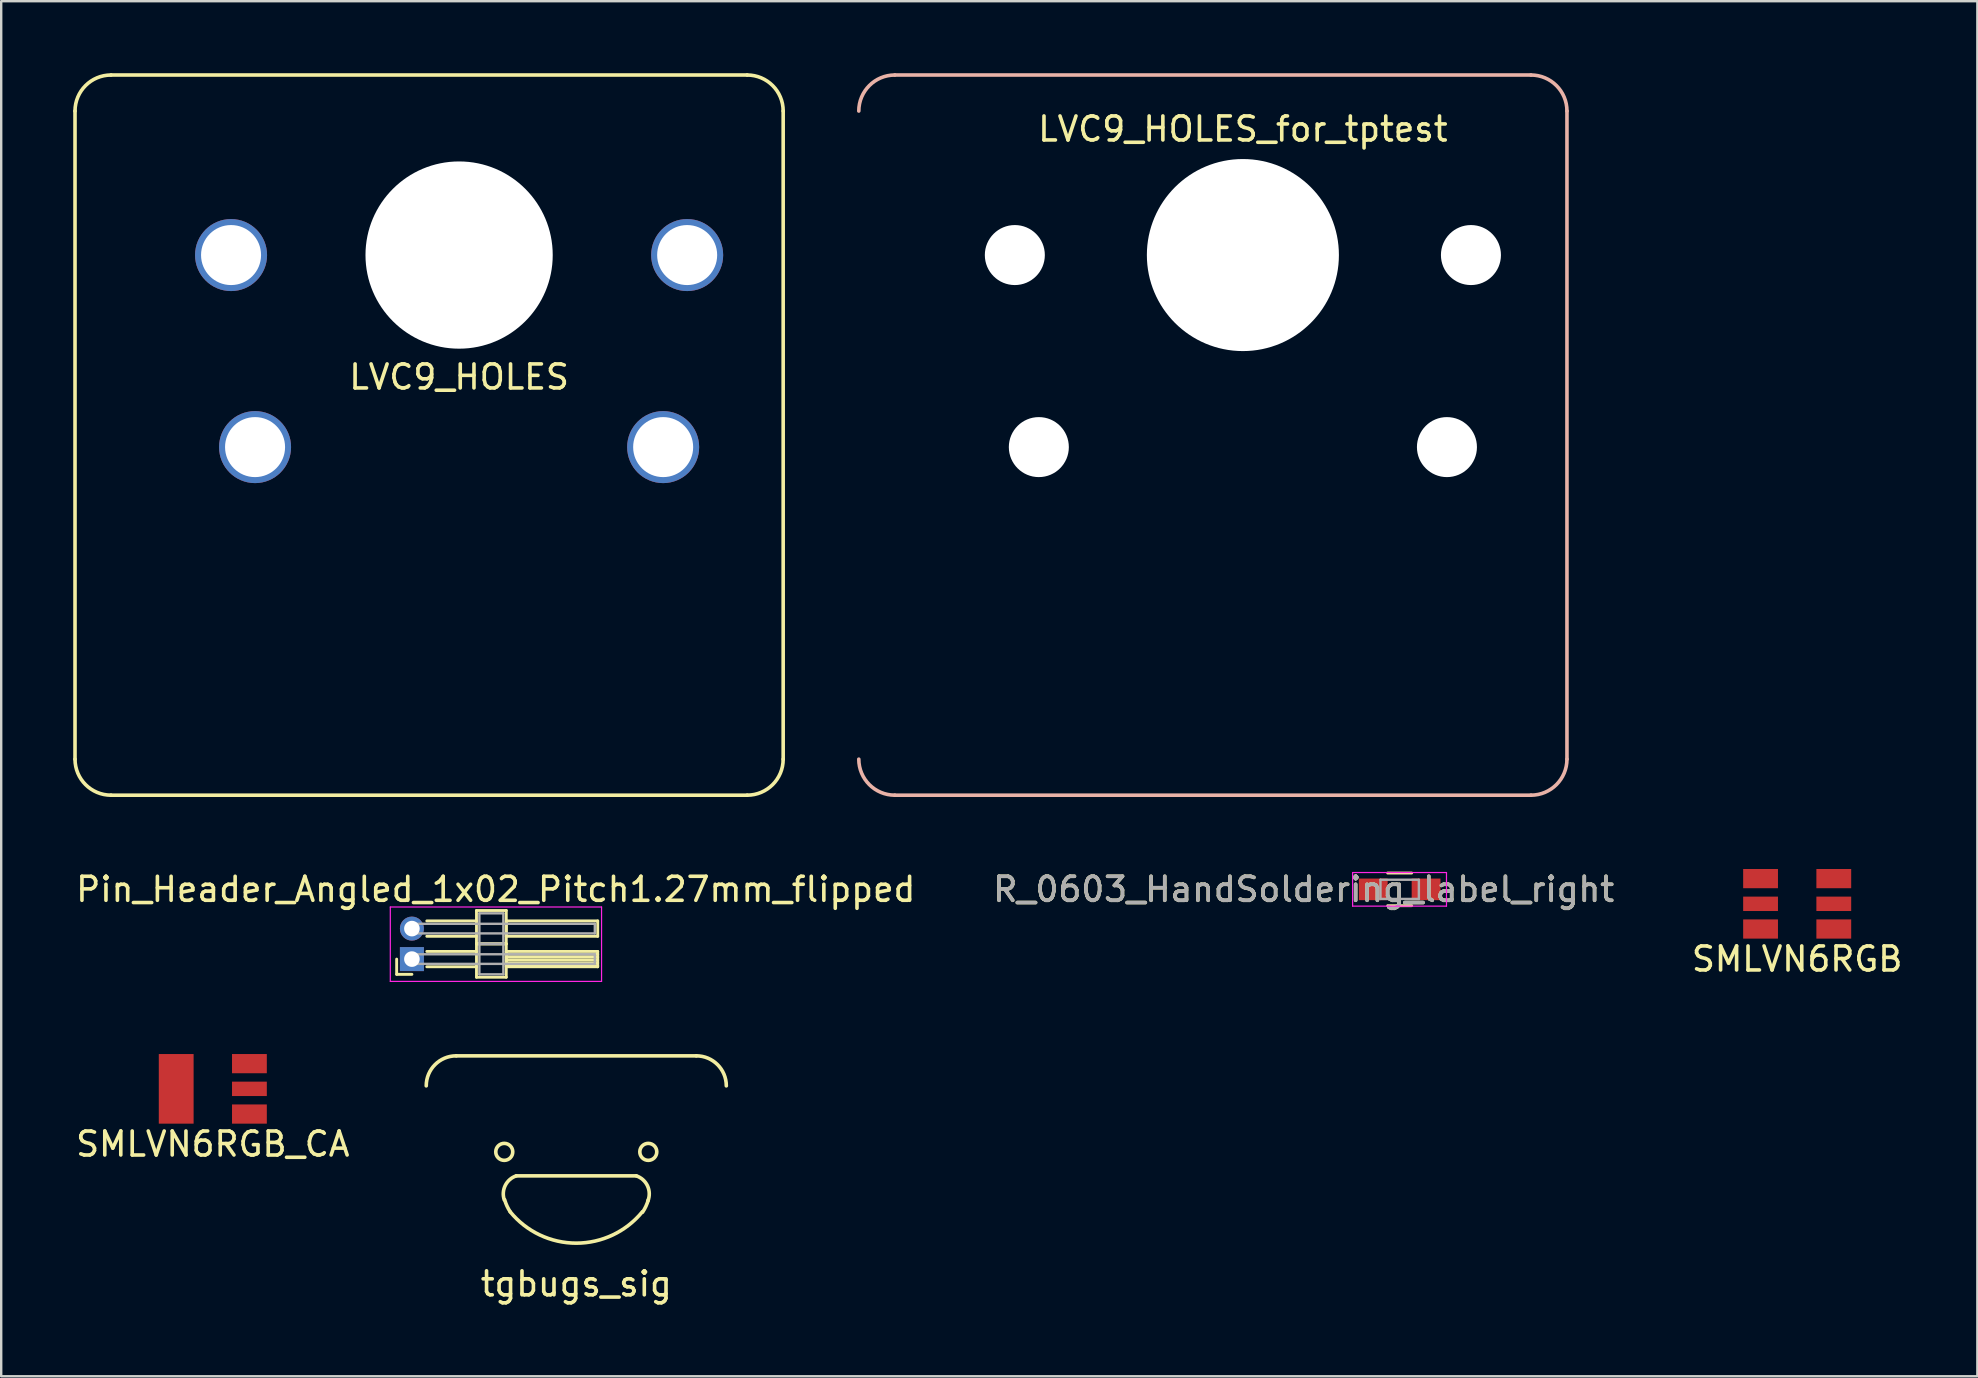
<source format=kicad_pcb>
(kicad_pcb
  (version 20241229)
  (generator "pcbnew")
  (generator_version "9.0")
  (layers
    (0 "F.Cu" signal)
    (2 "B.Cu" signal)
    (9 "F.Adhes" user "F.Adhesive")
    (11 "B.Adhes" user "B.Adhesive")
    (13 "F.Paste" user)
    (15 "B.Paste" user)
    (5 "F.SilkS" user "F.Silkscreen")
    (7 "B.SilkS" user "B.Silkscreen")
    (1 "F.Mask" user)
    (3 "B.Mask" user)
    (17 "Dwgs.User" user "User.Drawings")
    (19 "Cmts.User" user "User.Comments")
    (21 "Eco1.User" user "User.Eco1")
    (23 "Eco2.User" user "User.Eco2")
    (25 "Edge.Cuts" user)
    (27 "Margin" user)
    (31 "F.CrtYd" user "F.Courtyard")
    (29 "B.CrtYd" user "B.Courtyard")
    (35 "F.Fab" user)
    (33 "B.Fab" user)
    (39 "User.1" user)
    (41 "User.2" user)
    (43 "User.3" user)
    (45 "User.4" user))
  (footprint "LVC9_HOLES"
    (layer "F.Cu")
    (at 16.075 7.575)
    (property "Reference" "LVC9_HOLES" (at 0 5.08 0) (layer "F.SilkS") (effects (font (size 1 1) (thickness 0.15))))
    (attr through_hole)
    (fp_line (start -16 21) (end -16 -6) (stroke (width 0.15) (type solid)) (layer "F.SilkS"))
    (fp_line (start -14.5 -7.5) (end 12 -7.5) (stroke (width 0.15) (type solid)) (layer "F.SilkS"))
    (fp_line (start 12 22.5) (end -14.5 22.5) (stroke (width 0.15) (type solid)) (layer "F.SilkS"))
    (fp_line (start 13.5 -6) (end 13.5 21) (stroke (width 0.15) (type solid)) (layer "F.SilkS"))
    (fp_arc (start -16 -6) (mid -15.56066 -7.06066) (end -14.5 -7.5) (stroke (width 0.15) (type solid)) (layer "F.SilkS"))
    (fp_arc (start -14.5 22.5) (mid -15.56066 22.06066) (end -16 21) (stroke (width 0.15) (type solid)) (layer "F.SilkS"))
    (fp_arc (start 12 -7.5) (mid 13.06066 -7.06066) (end 13.5 -6) (stroke (width 0.15) (type solid)) (layer "F.SilkS"))
    (fp_arc (start 13.5 21) (mid 13.06066 22.06066) (end 12 22.5) (stroke (width 0.15) (type solid)) (layer "F.SilkS"))
    (pad "" np_thru_hole circle (at -9.5 0) (size 3 3) (drill 2.5) (layers "*.Cu" "*.Mask"))
    (pad "" np_thru_hole circle (at -8.5 8) (size 3 3) (drill 2.5) (layers "*.Cu" "*.Mask"))
    (pad "" np_thru_hole circle (at 0 0) (size 7.8 7.8) (drill 7.8) (layers "*.Cu" "*.Mask"))
    (pad "" np_thru_hole circle (at 8.5 8) (size 3 3) (drill 2.5) (layers "*.Cu" "*.Mask"))
    (pad "" np_thru_hole circle (at 9.5 0) (size 3 3) (drill 2.5) (layers "*.Cu" "*.Mask")))
  (footprint "SMLVN6RGB_CA"
    (layer "F.Cu")
    (at 5.815 42.308)
    (property "Reference" "SMLVN6RGB_CA" (at 0 2.3 0) (layer "F.SilkS") (effects (font (size 1 1) (thickness 0.15))))
    (attr through_hole)
    (pad "1" smd rect (at -1.525 0 270) (size 2.9 1.45) (layers "F.Cu" "F.Mask" "F.Paste"))
    (pad "4" smd rect (at 1.525 1.05 270) (size 0.8 1.45) (layers "F.Cu" "F.Mask" "F.Paste"))
    (pad "5" smd rect (at 1.525 0 270) (size 0.6 1.45) (layers "F.Cu" "F.Mask" "F.Paste"))
    (pad "6" smd rect (at 1.525 -1.05 270) (size 0.8 1.45) (layers "F.Cu" "F.Mask" "F.Paste")))
  (footprint "SMLVN6RGB"
    (layer "F.Cu")
    (at 71.815 34.6)
    (property "Reference" "SMLVN6RGB" (at 0 2.3 0) (layer "F.SilkS") (effects (font (size 1 1) (thickness 0.15))))
    (attr through_hole)
    (pad "1" smd rect (at -1.525 -1.05 270) (size 0.8 1.45) (layers "F.Cu" "F.Mask" "F.Paste"))
    (pad "2" smd rect (at -1.525 0 270) (size 0.6 1.45) (layers "F.Cu" "F.Mask" "F.Paste"))
    (pad "3" smd rect (at -1.525 1.05 270) (size 0.8 1.45) (layers "F.Cu" "F.Mask" "F.Paste"))
    (pad "4" smd rect (at 1.525 1.05 270) (size 0.8 1.45) (layers "F.Cu" "F.Mask" "F.Paste"))
    (pad "5" smd rect (at 1.525 0 270) (size 0.6 1.45) (layers "F.Cu" "F.Mask" "F.Paste"))
    (pad "6" smd rect (at 1.525 -1.05 270) (size 0.8 1.45) (layers "F.Cu" "F.Mask" "F.Paste")))
  (footprint "R_0603_HandSoldering_label_right"
    (layer "F.Cu")
    (at 55.256 33.998)
    (property "Reference" "R_0603_HandSoldering_label_right" (at -4 0 0) (layer "F.SilkS") (effects (font (size 1 1) (thickness 0.15))))
    (attr smd)
    (fp_line (start -0.5 -0.68) (end 0.5 -0.68) (stroke (width 0.12) (type solid)) (layer "F.SilkS"))
    (fp_line (start 0.5 0.68) (end -0.5 0.68) (stroke (width 0.12) (type solid)) (layer "F.SilkS"))
    (fp_line (start -1.96 -0.7) (end -1.96 0.7) (stroke (width 0.05) (type solid)) (layer "F.CrtYd"))
    (fp_line (start -1.96 -0.7) (end 1.95 -0.7) (stroke (width 0.05) (type solid)) (layer "F.CrtYd"))
    (fp_line (start 1.95 0.7) (end -1.96 0.7) (stroke (width 0.05) (type solid)) (layer "F.CrtYd"))
    (fp_line (start 1.95 0.7) (end 1.95 -0.7) (stroke (width 0.05) (type solid)) (layer "F.CrtYd"))
    (fp_line (start -0.8 -0.4) (end 0.8 -0.4) (stroke (width 0.1) (type solid)) (layer "F.Fab"))
    (fp_line (start -0.8 0.4) (end -0.8 -0.4) (stroke (width 0.1) (type solid)) (layer "F.Fab"))
    (fp_line (start 0.8 -0.4) (end 0.8 0.4) (stroke (width 0.1) (type solid)) (layer "F.Fab"))
    (fp_line (start 0.8 0.4) (end -0.8 0.4) (stroke (width 0.1) (type solid)) (layer "F.Fab"))
    (fp_text user "${REFERENCE}" (at -4 0 0) (layer "F.Fab") (effects (font (size 1 1) (thickness 0.15))))
    (pad "1" smd rect (at -1.1 0) (size 1.2 0.9) (layers "F.Cu" "F.Mask" "F.Paste"))
    (pad "2" smd rect (at 1.1 0) (size 1.2 0.9) (layers "F.Cu" "F.Mask" "F.Paste")))
  (footprint "tgbugs_sig"
    (layer "F.Cu")
    (at 20.956 45.933)
    (property "Reference" "tgbugs_sig" (at 0 4.5 0) (layer "F.SilkS") (effects (font (size 1 1) (thickness 0.15))))
    (attr through_hole)
    (fp_line (start -5 -5) (end 5 -5) (stroke (width 0.15) (type solid)) (layer "F.SilkS"))
    (fp_line (start -2.5 0) (end 2.5 0) (stroke (width 0.15) (type solid)) (layer "F.SilkS"))
    (fp_arc (start -6.25 -3.75) (mid -5.883883 -4.633883) (end -5 -5) (stroke (width 0.15) (type solid)) (layer "F.SilkS"))
    (fp_arc (start -3 1) (mid -2.957107 0.396447) (end -2.5 0) (stroke (width 0.15) (type solid)) (layer "F.SilkS"))
    (fp_arc (start -2.75 1.5) (mid -2.886285 1.256685) (end -2.983412 0.995261) (stroke (width 0.15) (type solid)) (layer "F.SilkS"))
    (fp_arc (start 2.5 0) (mid 2.967187 0.417369) (end 2.984025 1.04361) (stroke (width 0.15) (type solid)) (layer "F.SilkS"))
    (fp_arc (start 2.75 1.5) (mid 0 2.803168) (end -2.75 1.5) (stroke (width 0.15) (type solid)) (layer "F.SilkS"))
    (fp_arc (start 3 1) (mid 2.901944 1.263925) (end 2.764355 1.509569) (stroke (width 0.15) (type solid)) (layer "F.SilkS"))
    (fp_arc (start 5 -5) (mid 5.883883 -4.633883) (end 6.25 -3.75) (stroke (width 0.15) (type solid)) (layer "F.SilkS"))
    (fp_circle (center -3 -1) (end -2.646 -1) (stroke (width 0.15) (type solid)) (fill no) (layer "F.SilkS"))
    (fp_circle (center 3 -1) (end 3.25 -1.25) (stroke (width 0.15) (type solid)) (fill no) (layer "F.SilkS")))
  (footprint "Pin_Header_Angled_1x02_Pitch1.27mm_flipped"
    (layer "F.Cu")
    (at 14.109 35.633)
    (property "Reference" "Pin_Header_Angled_1x02_Pitch1.27mm_flipped" (at 3.493 -1.635 0) (layer "F.SilkS") (effects (font (size 1 1) (thickness 0.15))))
    (attr through_hole)
    (fp_line (start -0.635 1.27) (end -0.635 1.905) (stroke (width 0.12) (type solid)) (layer "F.SilkS"))
    (fp_line (start -0.635 1.905) (end 0 1.905) (stroke (width 0.12) (type solid)) (layer "F.SilkS"))
    (fp_line (start 0.62 -0.32) (end 2.69 -0.32) (stroke (width 0.12) (type solid)) (layer "F.SilkS"))
    (fp_line (start 0.62 0.32) (end 2.69 0.32) (stroke (width 0.12) (type solid)) (layer "F.SilkS"))
    (fp_line (start 0.62 0.95) (end 2.69 0.95) (stroke (width 0.12) (type solid)) (layer "F.SilkS"))
    (fp_line (start 0.62 1.59) (end 2.69 1.59) (stroke (width 0.12) (type solid)) (layer "F.SilkS"))
    (fp_line (start 2.69 -0.755) (end 2.69 0.635) (stroke (width 0.12) (type solid)) (layer "F.SilkS"))
    (fp_line (start 2.69 0.635) (end 2.69 2.025) (stroke (width 0.12) (type solid)) (layer "F.SilkS"))
    (fp_line (start 2.69 0.635) (end 3.93 0.635) (stroke (width 0.12) (type solid)) (layer "F.SilkS"))
    (fp_line (start 2.69 2.025) (end 3.93 2.025) (stroke (width 0.12) (type solid)) (layer "F.SilkS"))
    (fp_line (start 3.93 -0.755) (end 2.69 -0.755) (stroke (width 0.12) (type solid)) (layer "F.SilkS"))
    (fp_line (start 3.93 -0.32) (end 3.93 0.32) (stroke (width 0.12) (type solid)) (layer "F.SilkS"))
    (fp_line (start 3.93 0.32) (end 7.74 0.32) (stroke (width 0.12) (type solid)) (layer "F.SilkS"))
    (fp_line (start 3.93 0.635) (end 2.69 0.635) (stroke (width 0.12) (type solid)) (layer "F.SilkS"))
    (fp_line (start 3.93 0.635) (end 3.93 -0.755) (stroke (width 0.12) (type solid)) (layer "F.SilkS"))
    (fp_line (start 3.93 0.95) (end 3.93 1.59) (stroke (width 0.12) (type solid)) (layer "F.SilkS"))
    (fp_line (start 3.93 1.07) (end 7.74 1.07) (stroke (width 0.12) (type solid)) (layer "F.SilkS"))
    (fp_line (start 3.93 1.19) (end 7.74 1.19) (stroke (width 0.12) (type solid)) (layer "F.SilkS"))
    (fp_line (start 3.93 1.31) (end 7.74 1.31) (stroke (width 0.12) (type solid)) (layer "F.SilkS"))
    (fp_line (start 3.93 1.43) (end 7.74 1.43) (stroke (width 0.12) (type solid)) (layer "F.SilkS"))
    (fp_line (start 3.93 1.55) (end 7.74 1.55) (stroke (width 0.12) (type solid)) (layer "F.SilkS"))
    (fp_line (start 3.93 1.59) (end 7.74 1.59) (stroke (width 0.12) (type solid)) (layer "F.SilkS"))
    (fp_line (start 3.93 2.025) (end 3.93 0.635) (stroke (width 0.12) (type solid)) (layer "F.SilkS"))
    (fp_line (start 7.74 -0.32) (end 3.93 -0.32) (stroke (width 0.12) (type solid)) (layer "F.SilkS"))
    (fp_line (start 7.74 0.32) (end 7.74 -0.32) (stroke (width 0.12) (type solid)) (layer "F.SilkS"))
    (fp_line (start 7.74 0.95) (end 3.93 0.95) (stroke (width 0.12) (type solid)) (layer "F.SilkS"))
    (fp_line (start 7.74 1.59) (end 7.74 0.95) (stroke (width 0.12) (type solid)) (layer "F.SilkS"))
    (fp_line (start -0.9 -0.9) (end -0.9 2.2) (stroke (width 0.05) (type solid)) (layer "F.CrtYd"))
    (fp_line (start -0.9 2.2) (end 7.9 2.2) (stroke (width 0.05) (type solid)) (layer "F.CrtYd"))
    (fp_line (start 7.9 -0.9) (end -0.9 -0.9) (stroke (width 0.05) (type solid)) (layer "F.CrtYd"))
    (fp_line (start 7.9 2.2) (end 7.9 -0.9) (stroke (width 0.05) (type solid)) (layer "F.CrtYd"))
    (fp_line (start 0 -0.2) (end 0 0.2) (stroke (width 0.1) (type solid)) (layer "F.Fab"))
    (fp_line (start 0 0.2) (end 7.62 0.2) (stroke (width 0.1) (type solid)) (layer "F.Fab"))
    (fp_line (start 0 1.07) (end 0 1.47) (stroke (width 0.1) (type solid)) (layer "F.Fab"))
    (fp_line (start 0 1.47) (end 7.62 1.47) (stroke (width 0.1) (type solid)) (layer "F.Fab"))
    (fp_line (start 2.81 -0.635) (end 2.81 0.635) (stroke (width 0.1) (type solid)) (layer "F.Fab"))
    (fp_line (start 2.81 0.635) (end 2.81 1.905) (stroke (width 0.1) (type solid)) (layer "F.Fab"))
    (fp_line (start 2.81 0.635) (end 3.81 0.635) (stroke (width 0.1) (type solid)) (layer "F.Fab"))
    (fp_line (start 2.81 1.905) (end 3.81 1.905) (stroke (width 0.1) (type solid)) (layer "F.Fab"))
    (fp_line (start 3.81 -0.635) (end 2.81 -0.635) (stroke (width 0.1) (type solid)) (layer "F.Fab"))
    (fp_line (start 3.81 0.635) (end 2.81 0.635) (stroke (width 0.1) (type solid)) (layer "F.Fab"))
    (fp_line (start 3.81 0.635) (end 3.81 -0.635) (stroke (width 0.1) (type solid)) (layer "F.Fab"))
    (fp_line (start 3.81 1.905) (end 3.81 0.635) (stroke (width 0.1) (type solid)) (layer "F.Fab"))
    (fp_line (start 7.62 -0.2) (end 0 -0.2) (stroke (width 0.1) (type solid)) (layer "F.Fab"))
    (fp_line (start 7.62 0.2) (end 7.62 -0.2) (stroke (width 0.1) (type solid)) (layer "F.Fab"))
    (fp_line (start 7.62 1.07) (end 0 1.07) (stroke (width 0.1) (type solid)) (layer "F.Fab"))
    (fp_line (start 7.62 1.47) (end 7.62 1.07) (stroke (width 0.1) (type solid)) (layer "F.Fab"))
    (pad "1" thru_hole rect (at 0 1.27) (size 1 1) (drill 0.65) (layers "*.Cu" "*.Mask"))
    (pad "2" thru_hole oval (at 0 0) (size 1 1) (drill 0.65) (layers "*.Cu" "*.Mask")))
  (footprint "LVC9_HOLES_for_tptest"
    (layer "F.Cu")
    (at 48.725 7.575)
    (property "Reference" "LVC9_HOLES_for_tptest" (at 0 -5.25 0) (layer "F.SilkS") (effects (font (size 1 1) (thickness 0.15))))
    (attr through_hole)
    (fp_line (start -14.5 -7.5) (end 12 -7.5) (stroke (width 0.15) (type solid)) (layer "B.SilkS"))
    (fp_line (start 12 22.5) (end -14.5 22.5) (stroke (width 0.15) (type solid)) (layer "B.SilkS"))
    (fp_line (start 13.5 -6) (end 13.5 21) (stroke (width 0.15) (type solid)) (layer "B.SilkS"))
    (fp_arc (start -16 -6) (mid -15.56066 -7.06066) (end -14.5 -7.5) (stroke (width 0.15) (type solid)) (layer "B.SilkS"))
    (fp_arc (start -14.5 22.5) (mid -15.56066 22.06066) (end -16 21) (stroke (width 0.15) (type solid)) (layer "B.SilkS"))
    (fp_arc (start 12 -7.5) (mid 13.06066 -7.06066) (end 13.5 -6) (stroke (width 0.15) (type solid)) (layer "B.SilkS"))
    (fp_arc (start 13.5 21) (mid 13.06066 22.06066) (end 12 22.5) (stroke (width 0.15) (type solid)) (layer "B.SilkS"))
    (pad "" np_thru_hole circle (at -9.5 0) (size 2.5 2.5) (drill 2.5) (layers "*.Cu" "*.Mask"))
    (pad "" np_thru_hole circle (at -8.5 8) (size 2.5 2.5) (drill 2.5) (layers "*.Cu" "*.Mask"))
    (pad "" np_thru_hole circle (at 0 0) (size 8 8) (drill 8) (layers "*.Cu" "*.Mask"))
    (pad "" np_thru_hole circle (at 8.5 8) (size 2.5 2.5) (drill 2.5) (layers "*.Cu" "*.Mask"))
    (pad "" np_thru_hole circle (at 9.5 0) (size 2.5 2.5) (drill 2.5) (layers "*.Cu" "*.Mask")))
  (gr_rect
    (start -3 -3)
    (end 79.321 54.282)
    (stroke (width 0.1) (type default))
    (fill no)
    (layer "Edge.Cuts")))
</source>
